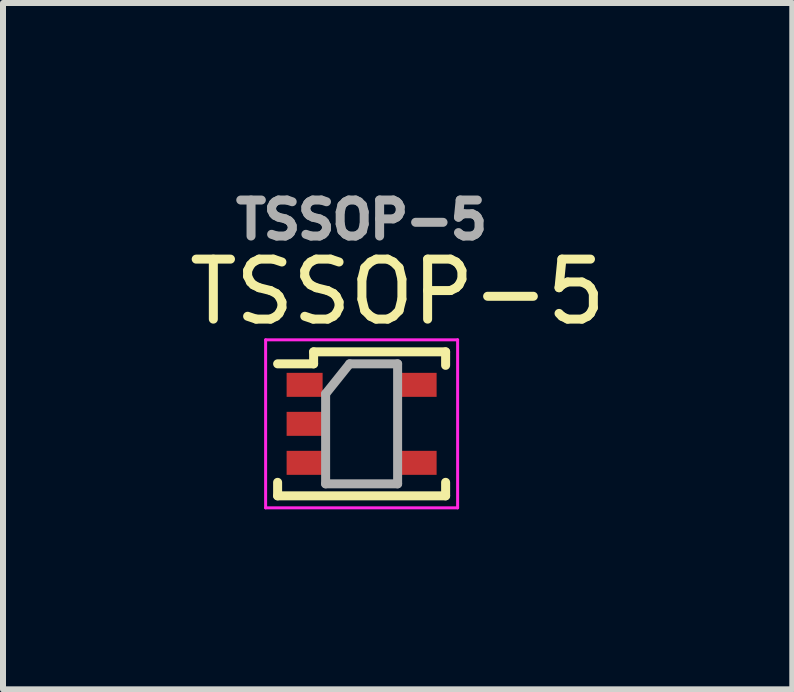
<source format=kicad_pcb>
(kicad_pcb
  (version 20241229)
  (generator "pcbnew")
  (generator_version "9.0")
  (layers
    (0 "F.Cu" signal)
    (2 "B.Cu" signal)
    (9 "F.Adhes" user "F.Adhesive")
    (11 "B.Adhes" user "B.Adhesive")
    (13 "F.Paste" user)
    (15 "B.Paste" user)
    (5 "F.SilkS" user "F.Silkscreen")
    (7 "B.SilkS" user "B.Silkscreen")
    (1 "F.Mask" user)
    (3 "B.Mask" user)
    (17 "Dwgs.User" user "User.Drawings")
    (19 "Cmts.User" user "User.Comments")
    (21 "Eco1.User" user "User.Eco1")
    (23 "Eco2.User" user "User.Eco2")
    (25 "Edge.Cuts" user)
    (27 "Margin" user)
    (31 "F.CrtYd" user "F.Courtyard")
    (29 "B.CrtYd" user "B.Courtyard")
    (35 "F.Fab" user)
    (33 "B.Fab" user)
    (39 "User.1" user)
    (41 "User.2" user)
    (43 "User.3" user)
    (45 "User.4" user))
  (footprint "TSSOP-5"
    (layer "F.Cu")
    (at 2.977 4.014)
    (property "Reference" "TSSOP-5" (at 0.6 -2.2 0) (layer "F.SilkS") (effects (font (size 1 1) (thickness 0.15))))
    (attr through_hole)
    (fp_line (start -1.4 1.2) (end -1.4 0.975) (stroke (width 0.15) (type solid)) (layer "F.SilkS"))
    (fp_line (start -1.4 1.2) (end 1.4 1.2) (stroke (width 0.15) (type solid)) (layer "F.SilkS"))
    (fp_line (start -0.8 -1.2) (end -0.8 -1) (stroke (width 0.15) (type solid)) (layer "F.SilkS"))
    (fp_line (start -0.8 -1.2) (end 1.4 -1.2) (stroke (width 0.15) (type solid)) (layer "F.SilkS"))
    (fp_line (start -0.8 -1) (end -1.4 -1) (stroke (width 0.15) (type solid)) (layer "F.SilkS"))
    (fp_line (start 1.4 -1.2) (end 1.4 -0.975) (stroke (width 0.15) (type solid)) (layer "F.SilkS"))
    (fp_line (start 1.4 0.975) (end 1.4 1.2) (stroke (width 0.15) (type solid)) (layer "F.SilkS"))
    (fp_line (start -1.6 -1.4) (end -1.6 1.4) (stroke (width 0.05) (type solid)) (layer "F.CrtYd"))
    (fp_line (start -1.6 -1.4) (end 1.6 -1.4) (stroke (width 0.05) (type solid)) (layer "F.CrtYd"))
    (fp_line (start -1.6 1.4) (end 1.6 1.4) (stroke (width 0.05) (type solid)) (layer "F.CrtYd"))
    (fp_line (start 1.6 -1.4) (end 1.6 1.4) (stroke (width 0.05) (type solid)) (layer "F.CrtYd"))
    (fp_line (start -0.6 -0.5) (end -0.2 -1) (stroke (width 0.15) (type solid)) (layer "F.Fab"))
    (fp_line (start -0.6 1) (end -0.6 -0.5) (stroke (width 0.15) (type solid)) (layer "F.Fab"))
    (fp_line (start -0.2 -1) (end 0.6 -1) (stroke (width 0.15) (type solid)) (layer "F.Fab"))
    (fp_line (start 0.6 -1) (end 0.6 1) (stroke (width 0.15) (type solid)) (layer "F.Fab"))
    (fp_line (start 0.6 1) (end -0.6 1) (stroke (width 0.15) (type solid)) (layer "F.Fab"))
    (fp_text user "${REFERENCE}" (at 0 -3.4 0) (layer "F.Fab") (effects (font (size 0.6 0.6) (thickness 0.15))))
    (pad "1" smd rect (at -0.95 -0.65) (size 0.6 0.4) (layers "F.Cu" "F.Mask" "F.Paste"))
    (pad "2" smd rect (at -0.95 0) (size 0.6 0.4) (layers "F.Cu" "F.Mask" "F.Paste"))
    (pad "3" smd rect (at -0.95 0.65) (size 0.6 0.4) (layers "F.Cu" "F.Mask" "F.Paste"))
    (pad "4" smd rect (at 0.95 0.65) (size 0.6 0.4) (layers "F.Cu" "F.Mask" "F.Paste"))
    (pad "5" smd rect (at 0.95 -0.65) (size 0.6 0.4) (layers "F.Cu" "F.Mask" "F.Paste")))
  (gr_rect
    (start -3 -3)
    (end 10.155 8.439)
    (stroke (width 0.1) (type default))
    (fill no)
    (layer "Edge.Cuts")))
</source>
